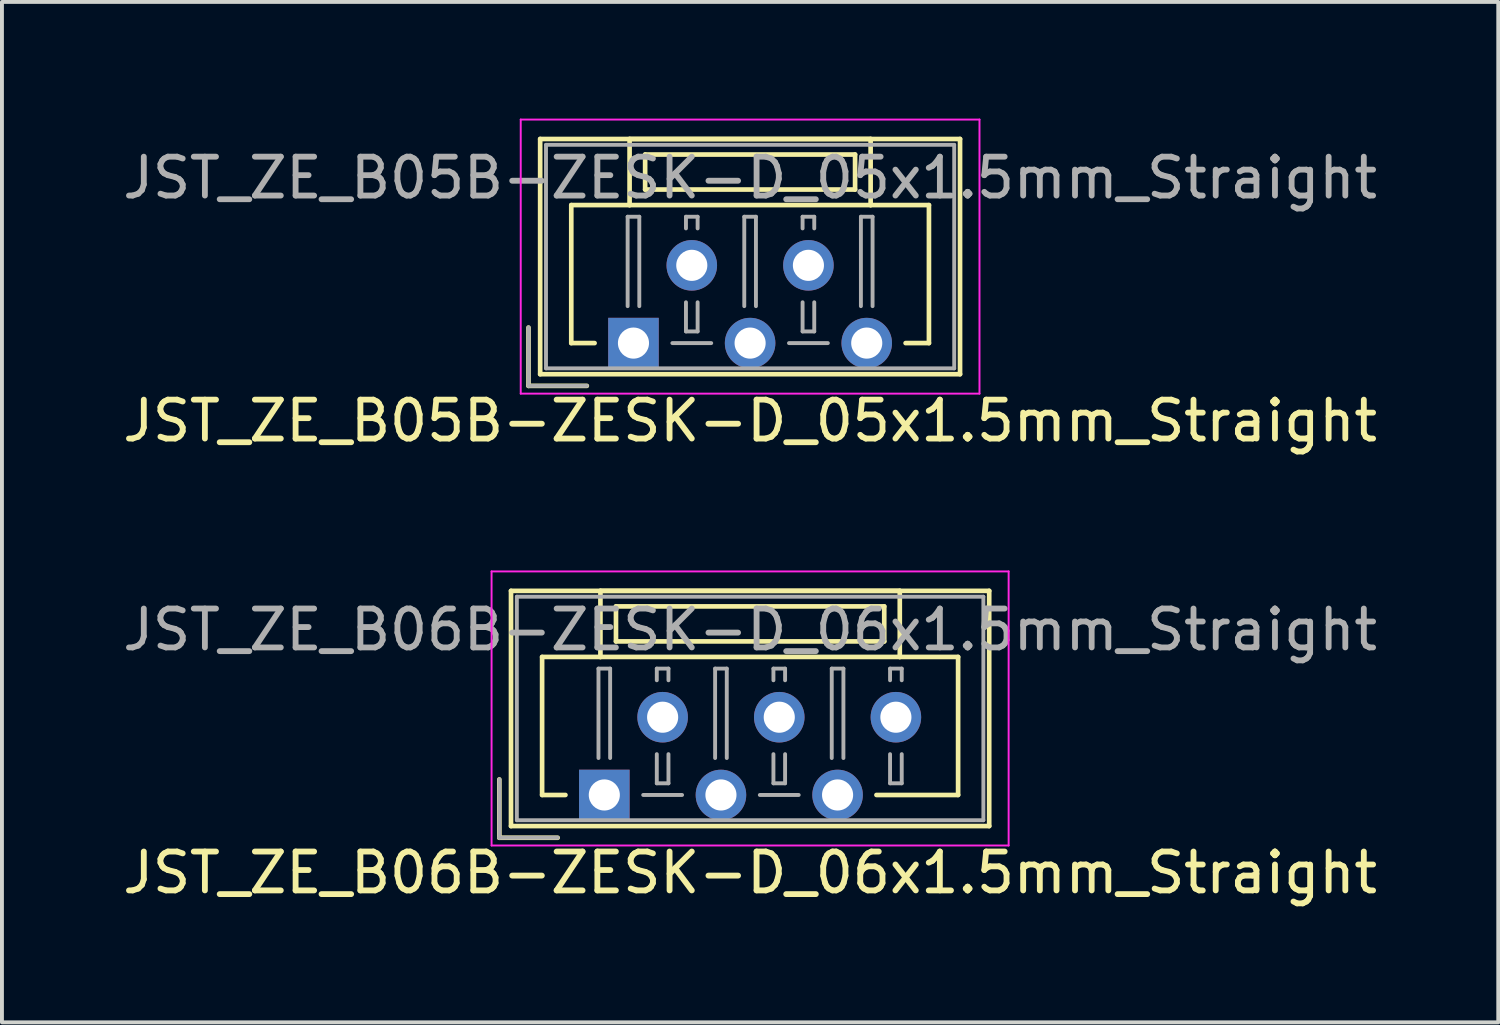
<source format=kicad_pcb>
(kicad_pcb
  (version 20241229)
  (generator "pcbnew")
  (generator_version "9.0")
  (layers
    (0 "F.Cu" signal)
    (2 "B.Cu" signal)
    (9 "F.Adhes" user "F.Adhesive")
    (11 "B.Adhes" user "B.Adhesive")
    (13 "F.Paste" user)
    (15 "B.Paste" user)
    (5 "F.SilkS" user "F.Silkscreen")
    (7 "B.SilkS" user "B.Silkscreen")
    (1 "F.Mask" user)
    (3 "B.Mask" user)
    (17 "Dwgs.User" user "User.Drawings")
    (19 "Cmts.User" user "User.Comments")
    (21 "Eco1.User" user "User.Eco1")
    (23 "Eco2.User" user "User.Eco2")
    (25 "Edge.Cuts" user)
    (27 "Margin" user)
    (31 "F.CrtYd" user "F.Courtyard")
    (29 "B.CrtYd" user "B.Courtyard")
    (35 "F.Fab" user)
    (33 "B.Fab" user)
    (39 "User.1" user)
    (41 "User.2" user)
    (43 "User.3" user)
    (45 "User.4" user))
  (footprint "JST_ZE_B06B-ZESK-D_06x1.5mm_Straight"
    (layer "F.Cu")
    (at 12.494 17.398)
    (property "Reference" "JST_ZE_B06B-ZESK-D_06x1.5mm_Straight" (at 3.75 2 0) (layer "F.SilkS") (effects (font (size 1 1) (thickness 0.15))))
    (attr through_hole)
    (fp_line (start -2.7 -0.4) (end -2.7 1.1) (stroke (width 0.12) (type solid)) (layer "F.SilkS"))
    (fp_line (start -2.7 1.1) (end -1.2 1.1) (stroke (width 0.12) (type solid)) (layer "F.SilkS"))
    (fp_line (start -2.4 -5.25) (end -2.4 0.8) (stroke (width 0.12) (type solid)) (layer "F.SilkS"))
    (fp_line (start -2.4 0.8) (end 9.9 0.8) (stroke (width 0.12) (type solid)) (layer "F.SilkS"))
    (fp_line (start -1.6 -3.55) (end -1.6 0) (stroke (width 0.12) (type solid)) (layer "F.SilkS"))
    (fp_line (start -1.6 0) (end -1 0) (stroke (width 0.12) (type solid)) (layer "F.SilkS"))
    (fp_line (start -0.1 -5.25) (end -0.1 -3.55) (stroke (width 0.12) (type solid)) (layer "F.SilkS"))
    (fp_line (start -0.1 -3.55) (end -1.6 -3.55) (stroke (width 0.12) (type solid)) (layer "F.SilkS"))
    (fp_line (start -0.1 -3.55) (end 7.6 -3.55) (stroke (width 0.12) (type solid)) (layer "F.SilkS"))
    (fp_line (start 0.3 -4.85) (end 0.3 -3.95) (stroke (width 0.12) (type solid)) (layer "F.SilkS"))
    (fp_line (start 0.3 -3.95) (end 7.2 -3.95) (stroke (width 0.12) (type solid)) (layer "F.SilkS"))
    (fp_line (start 7.2 -4.85) (end 0.3 -4.85) (stroke (width 0.12) (type solid)) (layer "F.SilkS"))
    (fp_line (start 7.2 -3.95) (end 7.2 -4.85) (stroke (width 0.12) (type solid)) (layer "F.SilkS"))
    (fp_line (start 7.6 -5.25) (end -0.1 -5.25) (stroke (width 0.12) (type solid)) (layer "F.SilkS"))
    (fp_line (start 7.6 -3.55) (end 7.6 -5.25) (stroke (width 0.12) (type solid)) (layer "F.SilkS"))
    (fp_line (start 7.6 -3.55) (end 9.1 -3.55) (stroke (width 0.12) (type solid)) (layer "F.SilkS"))
    (fp_line (start 9.1 -3.55) (end 9.1 0) (stroke (width 0.12) (type solid)) (layer "F.SilkS"))
    (fp_line (start 9.1 0) (end 7 0) (stroke (width 0.12) (type solid)) (layer "F.SilkS"))
    (fp_line (start 9.9 -5.25) (end -2.4 -5.25) (stroke (width 0.12) (type solid)) (layer "F.SilkS"))
    (fp_line (start 9.9 0.8) (end 9.9 -5.25) (stroke (width 0.12) (type solid)) (layer "F.SilkS"))
    (fp_line (start -2.9 -5.75) (end -2.9 1.3) (stroke (width 0.05) (type solid)) (layer "F.CrtYd"))
    (fp_line (start -2.9 1.3) (end 10.4 1.3) (stroke (width 0.05) (type solid)) (layer "F.CrtYd"))
    (fp_line (start 10.4 -5.75) (end -2.9 -5.75) (stroke (width 0.05) (type solid)) (layer "F.CrtYd"))
    (fp_line (start 10.4 1.3) (end 10.4 -5.75) (stroke (width 0.05) (type solid)) (layer "F.CrtYd"))
    (fp_line (start -2.7 -0.4) (end -2.7 1.1) (stroke (width 0.1) (type solid)) (layer "F.Fab"))
    (fp_line (start -2.7 1.1) (end -1.2 1.1) (stroke (width 0.1) (type solid)) (layer "F.Fab"))
    (fp_line (start -2.25 -5.1) (end -2.25 0.65) (stroke (width 0.1) (type solid)) (layer "F.Fab"))
    (fp_line (start -2.25 0.65) (end 9.75 0.65) (stroke (width 0.1) (type solid)) (layer "F.Fab"))
    (fp_line (start -0.15 -3.25) (end 0.15 -3.25) (stroke (width 0.1) (type solid)) (layer "F.Fab"))
    (fp_line (start -0.15 -0.95) (end -0.15 -3.25) (stroke (width 0.1) (type solid)) (layer "F.Fab"))
    (fp_line (start 0.15 -3.25) (end 0.15 -0.95) (stroke (width 0.1) (type solid)) (layer "F.Fab"))
    (fp_line (start 1 0) (end 2 0) (stroke (width 0.1) (type solid)) (layer "F.Fab"))
    (fp_line (start 1.35 -3.25) (end 1.65 -3.25) (stroke (width 0.1) (type solid)) (layer "F.Fab"))
    (fp_line (start 1.35 -2.95) (end 1.35 -3.25) (stroke (width 0.1) (type solid)) (layer "F.Fab"))
    (fp_line (start 1.35 -1.05) (end 1.35 -0.3) (stroke (width 0.1) (type solid)) (layer "F.Fab"))
    (fp_line (start 1.35 -0.3) (end 1.65 -0.3) (stroke (width 0.1) (type solid)) (layer "F.Fab"))
    (fp_line (start 1.65 -3.25) (end 1.65 -2.95) (stroke (width 0.1) (type solid)) (layer "F.Fab"))
    (fp_line (start 1.65 -0.3) (end 1.65 -1.05) (stroke (width 0.1) (type solid)) (layer "F.Fab"))
    (fp_line (start 2.85 -3.25) (end 3.15 -3.25) (stroke (width 0.1) (type solid)) (layer "F.Fab"))
    (fp_line (start 2.85 -0.95) (end 2.85 -3.25) (stroke (width 0.1) (type solid)) (layer "F.Fab"))
    (fp_line (start 3.15 -3.25) (end 3.15 -0.95) (stroke (width 0.1) (type solid)) (layer "F.Fab"))
    (fp_line (start 4 0) (end 5 0) (stroke (width 0.1) (type solid)) (layer "F.Fab"))
    (fp_line (start 4.35 -3.25) (end 4.65 -3.25) (stroke (width 0.1) (type solid)) (layer "F.Fab"))
    (fp_line (start 4.35 -2.95) (end 4.35 -3.25) (stroke (width 0.1) (type solid)) (layer "F.Fab"))
    (fp_line (start 4.35 -1.05) (end 4.35 -0.3) (stroke (width 0.1) (type solid)) (layer "F.Fab"))
    (fp_line (start 4.35 -0.3) (end 4.65 -0.3) (stroke (width 0.1) (type solid)) (layer "F.Fab"))
    (fp_line (start 4.65 -3.25) (end 4.65 -2.95) (stroke (width 0.1) (type solid)) (layer "F.Fab"))
    (fp_line (start 4.65 -0.3) (end 4.65 -1.05) (stroke (width 0.1) (type solid)) (layer "F.Fab"))
    (fp_line (start 5.85 -3.25) (end 6.15 -3.25) (stroke (width 0.1) (type solid)) (layer "F.Fab"))
    (fp_line (start 5.85 -0.95) (end 5.85 -3.25) (stroke (width 0.1) (type solid)) (layer "F.Fab"))
    (fp_line (start 6.15 -3.25) (end 6.15 -0.95) (stroke (width 0.1) (type solid)) (layer "F.Fab"))
    (fp_line (start 7.35 -3.25) (end 7.65 -3.25) (stroke (width 0.1) (type solid)) (layer "F.Fab"))
    (fp_line (start 7.35 -2.95) (end 7.35 -3.25) (stroke (width 0.1) (type solid)) (layer "F.Fab"))
    (fp_line (start 7.35 -1.05) (end 7.35 -0.3) (stroke (width 0.1) (type solid)) (layer "F.Fab"))
    (fp_line (start 7.35 -0.3) (end 7.65 -0.3) (stroke (width 0.1) (type solid)) (layer "F.Fab"))
    (fp_line (start 7.65 -3.25) (end 7.65 -2.95) (stroke (width 0.1) (type solid)) (layer "F.Fab"))
    (fp_line (start 7.65 -0.3) (end 7.65 -1.05) (stroke (width 0.1) (type solid)) (layer "F.Fab"))
    (fp_line (start 9.75 -5.1) (end -2.25 -5.1) (stroke (width 0.1) (type solid)) (layer "F.Fab"))
    (fp_line (start 9.75 0.65) (end 9.75 -5.1) (stroke (width 0.1) (type solid)) (layer "F.Fab"))
    (fp_text user "${REFERENCE}" (at 3.75 -4.25 0) (layer "F.Fab") (effects (font (size 1 1) (thickness 0.15))))
    (pad "1" thru_hole rect (at 0 0) (size 1.3 1.3) (drill 0.8) (layers "*.Cu" "*.Mask"))
    (pad "2" thru_hole circle (at 1.5 -2) (size 1.3 1.3) (drill 0.8) (layers "*.Cu" "*.Mask"))
    (pad "3" thru_hole circle (at 3 0) (size 1.3 1.3) (drill 0.8) (layers "*.Cu" "*.Mask"))
    (pad "4" thru_hole circle (at 4.5 -2) (size 1.3 1.3) (drill 0.8) (layers "*.Cu" "*.Mask"))
    (pad "5" thru_hole circle (at 6 0) (size 1.3 1.3) (drill 0.8) (layers "*.Cu" "*.Mask"))
    (pad "6" thru_hole circle (at 7.5 -2) (size 1.3 1.3) (drill 0.8) (layers "*.Cu" "*.Mask")))
  (footprint "JST_ZE_B05B-ZESK-D_05x1.5mm_Straight"
    (layer "F.Cu")
    (at 13.244 5.775)
    (property "Reference" "JST_ZE_B05B-ZESK-D_05x1.5mm_Straight" (at 3 2 0) (layer "F.SilkS") (effects (font (size 1 1) (thickness 0.15))))
    (attr through_hole)
    (fp_line (start -2.7 -0.4) (end -2.7 1.1) (stroke (width 0.12) (type solid)) (layer "F.SilkS"))
    (fp_line (start -2.7 1.1) (end -1.2 1.1) (stroke (width 0.12) (type solid)) (layer "F.SilkS"))
    (fp_line (start -2.4 -5.25) (end -2.4 0.8) (stroke (width 0.12) (type solid)) (layer "F.SilkS"))
    (fp_line (start -2.4 0.8) (end 8.4 0.8) (stroke (width 0.12) (type solid)) (layer "F.SilkS"))
    (fp_line (start -1.6 -3.55) (end -1.6 0) (stroke (width 0.12) (type solid)) (layer "F.SilkS"))
    (fp_line (start -1.6 0) (end -1 0) (stroke (width 0.12) (type solid)) (layer "F.SilkS"))
    (fp_line (start -0.1 -5.25) (end -0.1 -3.55) (stroke (width 0.12) (type solid)) (layer "F.SilkS"))
    (fp_line (start -0.1 -3.55) (end -1.6 -3.55) (stroke (width 0.12) (type solid)) (layer "F.SilkS"))
    (fp_line (start -0.1 -3.55) (end 6.1 -3.55) (stroke (width 0.12) (type solid)) (layer "F.SilkS"))
    (fp_line (start 0.3 -4.85) (end 0.3 -3.95) (stroke (width 0.12) (type solid)) (layer "F.SilkS"))
    (fp_line (start 0.3 -3.95) (end 5.7 -3.95) (stroke (width 0.12) (type solid)) (layer "F.SilkS"))
    (fp_line (start 5.7 -4.85) (end 0.3 -4.85) (stroke (width 0.12) (type solid)) (layer "F.SilkS"))
    (fp_line (start 5.7 -3.95) (end 5.7 -4.85) (stroke (width 0.12) (type solid)) (layer "F.SilkS"))
    (fp_line (start 6.1 -5.25) (end -0.1 -5.25) (stroke (width 0.12) (type solid)) (layer "F.SilkS"))
    (fp_line (start 6.1 -3.55) (end 6.1 -5.25) (stroke (width 0.12) (type solid)) (layer "F.SilkS"))
    (fp_line (start 6.1 -3.55) (end 7.6 -3.55) (stroke (width 0.12) (type solid)) (layer "F.SilkS"))
    (fp_line (start 7.6 -3.55) (end 7.6 0) (stroke (width 0.12) (type solid)) (layer "F.SilkS"))
    (fp_line (start 7.6 0) (end 7 0) (stroke (width 0.12) (type solid)) (layer "F.SilkS"))
    (fp_line (start 8.4 -5.25) (end -2.4 -5.25) (stroke (width 0.12) (type solid)) (layer "F.SilkS"))
    (fp_line (start 8.4 0.8) (end 8.4 -5.25) (stroke (width 0.12) (type solid)) (layer "F.SilkS"))
    (fp_line (start -2.9 -5.75) (end -2.9 1.3) (stroke (width 0.05) (type solid)) (layer "F.CrtYd"))
    (fp_line (start -2.9 1.3) (end 8.9 1.3) (stroke (width 0.05) (type solid)) (layer "F.CrtYd"))
    (fp_line (start 8.9 -5.75) (end -2.9 -5.75) (stroke (width 0.05) (type solid)) (layer "F.CrtYd"))
    (fp_line (start 8.9 1.3) (end 8.9 -5.75) (stroke (width 0.05) (type solid)) (layer "F.CrtYd"))
    (fp_line (start -2.7 -0.4) (end -2.7 1.1) (stroke (width 0.1) (type solid)) (layer "F.Fab"))
    (fp_line (start -2.7 1.1) (end -1.2 1.1) (stroke (width 0.1) (type solid)) (layer "F.Fab"))
    (fp_line (start -2.25 -5.1) (end -2.25 0.65) (stroke (width 0.1) (type solid)) (layer "F.Fab"))
    (fp_line (start -2.25 0.65) (end 8.25 0.65) (stroke (width 0.1) (type solid)) (layer "F.Fab"))
    (fp_line (start -0.15 -3.25) (end 0.15 -3.25) (stroke (width 0.1) (type solid)) (layer "F.Fab"))
    (fp_line (start -0.15 -0.95) (end -0.15 -3.25) (stroke (width 0.1) (type solid)) (layer "F.Fab"))
    (fp_line (start 0.15 -3.25) (end 0.15 -0.95) (stroke (width 0.1) (type solid)) (layer "F.Fab"))
    (fp_line (start 1 0) (end 2 0) (stroke (width 0.1) (type solid)) (layer "F.Fab"))
    (fp_line (start 1.35 -3.25) (end 1.65 -3.25) (stroke (width 0.1) (type solid)) (layer "F.Fab"))
    (fp_line (start 1.35 -2.95) (end 1.35 -3.25) (stroke (width 0.1) (type solid)) (layer "F.Fab"))
    (fp_line (start 1.35 -1.05) (end 1.35 -0.3) (stroke (width 0.1) (type solid)) (layer "F.Fab"))
    (fp_line (start 1.35 -0.3) (end 1.65 -0.3) (stroke (width 0.1) (type solid)) (layer "F.Fab"))
    (fp_line (start 1.65 -3.25) (end 1.65 -2.95) (stroke (width 0.1) (type solid)) (layer "F.Fab"))
    (fp_line (start 1.65 -0.3) (end 1.65 -1.05) (stroke (width 0.1) (type solid)) (layer "F.Fab"))
    (fp_line (start 2.85 -3.25) (end 3.15 -3.25) (stroke (width 0.1) (type solid)) (layer "F.Fab"))
    (fp_line (start 2.85 -0.95) (end 2.85 -3.25) (stroke (width 0.1) (type solid)) (layer "F.Fab"))
    (fp_line (start 3.15 -3.25) (end 3.15 -0.95) (stroke (width 0.1) (type solid)) (layer "F.Fab"))
    (fp_line (start 4 0) (end 5 0) (stroke (width 0.1) (type solid)) (layer "F.Fab"))
    (fp_line (start 4.35 -3.25) (end 4.65 -3.25) (stroke (width 0.1) (type solid)) (layer "F.Fab"))
    (fp_line (start 4.35 -2.95) (end 4.35 -3.25) (stroke (width 0.1) (type solid)) (layer "F.Fab"))
    (fp_line (start 4.35 -1.05) (end 4.35 -0.3) (stroke (width 0.1) (type solid)) (layer "F.Fab"))
    (fp_line (start 4.35 -0.3) (end 4.65 -0.3) (stroke (width 0.1) (type solid)) (layer "F.Fab"))
    (fp_line (start 4.65 -3.25) (end 4.65 -2.95) (stroke (width 0.1) (type solid)) (layer "F.Fab"))
    (fp_line (start 4.65 -0.3) (end 4.65 -1.05) (stroke (width 0.1) (type solid)) (layer "F.Fab"))
    (fp_line (start 5.85 -3.25) (end 6.15 -3.25) (stroke (width 0.1) (type solid)) (layer "F.Fab"))
    (fp_line (start 5.85 -0.95) (end 5.85 -3.25) (stroke (width 0.1) (type solid)) (layer "F.Fab"))
    (fp_line (start 6.15 -3.25) (end 6.15 -0.95) (stroke (width 0.1) (type solid)) (layer "F.Fab"))
    (fp_line (start 8.25 -5.1) (end -2.25 -5.1) (stroke (width 0.1) (type solid)) (layer "F.Fab"))
    (fp_line (start 8.25 0.65) (end 8.25 -5.1) (stroke (width 0.1) (type solid)) (layer "F.Fab"))
    (fp_text user "${REFERENCE}" (at 3 -4.25 0) (layer "F.Fab") (effects (font (size 1 1) (thickness 0.15))))
    (pad "1" thru_hole rect (at 0 0) (size 1.3 1.3) (drill 0.8) (layers "*.Cu" "*.Mask"))
    (pad "2" thru_hole circle (at 1.5 -2) (size 1.3 1.3) (drill 0.8) (layers "*.Cu" "*.Mask"))
    (pad "3" thru_hole circle (at 3 0) (size 1.3 1.3) (drill 0.8) (layers "*.Cu" "*.Mask"))
    (pad "4" thru_hole circle (at 4.5 -2) (size 1.3 1.3) (drill 0.8) (layers "*.Cu" "*.Mask"))
    (pad "5" thru_hole circle (at 6 0) (size 1.3 1.3) (drill 0.8) (layers "*.Cu" "*.Mask")))
  (gr_rect
    (start -3 -3)
    (end 35.488 23.247)
    (stroke (width 0.1) (type default))
    (fill no)
    (layer "Edge.Cuts")))
</source>
